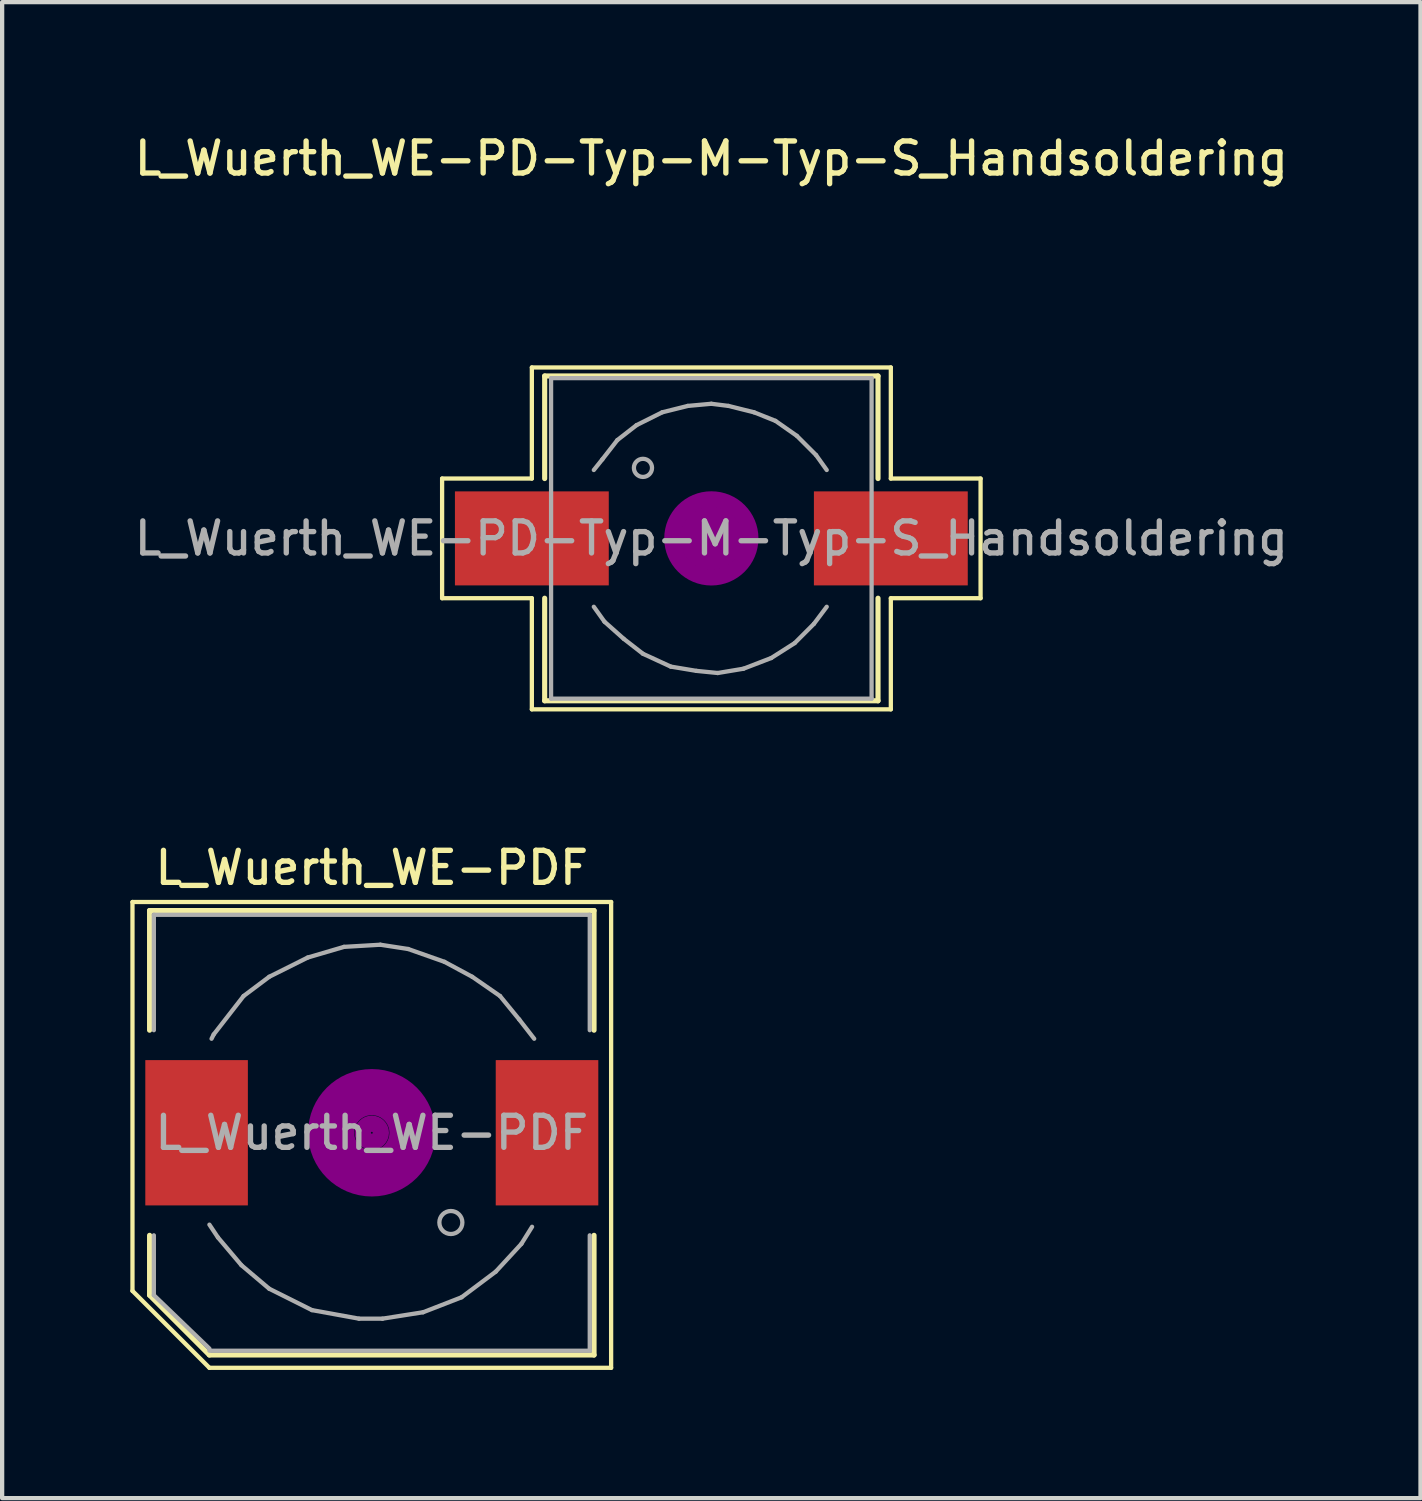
<source format=kicad_pcb>
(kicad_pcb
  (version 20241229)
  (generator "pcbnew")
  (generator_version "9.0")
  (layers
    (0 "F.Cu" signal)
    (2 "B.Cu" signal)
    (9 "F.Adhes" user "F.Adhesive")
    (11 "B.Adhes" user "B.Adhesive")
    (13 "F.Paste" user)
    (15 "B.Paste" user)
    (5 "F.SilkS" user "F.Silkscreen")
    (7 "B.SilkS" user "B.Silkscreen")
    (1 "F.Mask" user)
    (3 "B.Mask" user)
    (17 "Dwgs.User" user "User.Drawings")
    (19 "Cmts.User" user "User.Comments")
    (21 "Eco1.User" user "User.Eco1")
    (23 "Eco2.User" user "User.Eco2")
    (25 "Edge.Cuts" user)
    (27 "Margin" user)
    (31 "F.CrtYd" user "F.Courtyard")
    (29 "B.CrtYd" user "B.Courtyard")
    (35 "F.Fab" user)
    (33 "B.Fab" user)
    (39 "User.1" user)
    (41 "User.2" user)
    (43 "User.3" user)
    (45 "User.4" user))
  (footprint "L_Wuerth_WE-PDF"
    (layer "F.Cu")
    (at 5.65 23.456)
    (property "Reference" "L_Wuerth_WE-PDF" (at 0 -6.2 0) (layer "F.SilkS") (effects (font (size 0.75 0.75) (thickness 0.125))))
    (attr smd)
    (fp_line (start -5.6 -5.4) (end 5.6 -5.4) (stroke (width 0.1) (type solid)) (layer "F.SilkS"))
    (fp_line (start -5.6 3.7) (end -5.6 -5.4) (stroke (width 0.1) (type solid)) (layer "F.SilkS"))
    (fp_line (start -5.2 -5.2) (end 5.2 -5.2) (stroke (width 0.12) (type solid)) (layer "F.SilkS"))
    (fp_line (start -5.2 -2.4) (end -5.2 -5.2) (stroke (width 0.12) (type solid)) (layer "F.SilkS"))
    (fp_line (start -5.2 3.8) (end -5.2 2.4) (stroke (width 0.12) (type solid)) (layer "F.SilkS"))
    (fp_line (start -3.8 5.2) (end -5.2 3.8) (stroke (width 0.12) (type solid)) (layer "F.SilkS"))
    (fp_line (start -3.8 5.5) (end -5.6 3.7) (stroke (width 0.1) (type solid)) (layer "F.SilkS"))
    (fp_line (start 5.2 -5.2) (end 5.2 -2.4) (stroke (width 0.12) (type solid)) (layer "F.SilkS"))
    (fp_line (start 5.2 2.4) (end 5.2 5.2) (stroke (width 0.12) (type solid)) (layer "F.SilkS"))
    (fp_line (start 5.2 5.2) (end -3.8 5.2) (stroke (width 0.12) (type solid)) (layer "F.SilkS"))
    (fp_line (start 5.6 -5.4) (end 5.6 5.5) (stroke (width 0.1) (type solid)) (layer "F.SilkS"))
    (fp_line (start 5.6 5.5) (end -3.8 5.5) (stroke (width 0.1) (type solid)) (layer "F.SilkS"))
    (fp_circle (center 0 0) (end 0.15 0.15) (stroke (width 0.38) (type solid)) (fill no) (layer "F.Adhes"))
    (fp_circle (center 0 0) (end 0.6 0.05) (stroke (width 0.38) (type solid)) (fill no) (layer "F.Adhes"))
    (fp_circle (center 0 0) (end 0.95 0) (stroke (width 0.38) (type solid)) (fill no) (layer "F.Adhes"))
    (fp_circle (center 0 0) (end 1.3 0.05) (stroke (width 0.38) (type solid)) (fill no) (layer "F.Adhes"))
    (fp_line (start -5.1 -5.1) (end -5.1 -2.4) (stroke (width 0.1) (type solid)) (layer "F.Fab"))
    (fp_line (start -5.1 2.4) (end -5.1 3.8) (stroke (width 0.1) (type solid)) (layer "F.Fab"))
    (fp_line (start -5.1 3.8) (end -3.8 5.05) (stroke (width 0.1) (type solid)) (layer "F.Fab"))
    (fp_line (start -3.8 2.15) (end -3.6 2.45) (stroke (width 0.1) (type solid)) (layer "F.Fab"))
    (fp_line (start -3.7 -2.3) (end -3.75 -2.2) (stroke (width 0.1) (type solid)) (layer "F.Fab"))
    (fp_line (start -3.6 2.45) (end -3.05 3.1) (stroke (width 0.1) (type solid)) (layer "F.Fab"))
    (fp_line (start -3.05 3.1) (end -2.4 3.65) (stroke (width 0.1) (type solid)) (layer "F.Fab"))
    (fp_line (start -3 -3.2) (end -3.7 -2.3) (stroke (width 0.1) (type solid)) (layer "F.Fab"))
    (fp_line (start -2.4 -3.65) (end -3 -3.2) (stroke (width 0.1) (type solid)) (layer "F.Fab"))
    (fp_line (start -2.4 3.65) (end -1.4 4.15) (stroke (width 0.1) (type solid)) (layer "F.Fab"))
    (fp_line (start -1.5 -4.1) (end -2.4 -3.65) (stroke (width 0.1) (type solid)) (layer "F.Fab"))
    (fp_line (start -1.4 4.15) (end -0.3 4.35) (stroke (width 0.1) (type solid)) (layer "F.Fab"))
    (fp_line (start -0.65 -4.35) (end -1.5 -4.1) (stroke (width 0.1) (type solid)) (layer "F.Fab"))
    (fp_line (start -0.3 4.35) (end 0.25 4.35) (stroke (width 0.1) (type solid)) (layer "F.Fab"))
    (fp_line (start 0.2 -4.4) (end -0.65 -4.35) (stroke (width 0.1) (type solid)) (layer "F.Fab"))
    (fp_line (start 0.25 4.35) (end 1.2 4.2) (stroke (width 0.1) (type solid)) (layer "F.Fab"))
    (fp_line (start 0.85 -4.3) (end 0.2 -4.4) (stroke (width 0.1) (type solid)) (layer "F.Fab"))
    (fp_line (start 1.2 4.2) (end 2.1 3.85) (stroke (width 0.1) (type solid)) (layer "F.Fab"))
    (fp_line (start 1.7 -4) (end 0.85 -4.3) (stroke (width 0.1) (type solid)) (layer "F.Fab"))
    (fp_line (start 2.1 3.85) (end 2.9 3.25) (stroke (width 0.1) (type solid)) (layer "F.Fab"))
    (fp_line (start 2.35 -3.65) (end 1.7 -4) (stroke (width 0.1) (type solid)) (layer "F.Fab"))
    (fp_line (start 2.9 3.25) (end 3.5 2.6) (stroke (width 0.1) (type solid)) (layer "F.Fab"))
    (fp_line (start 3 -3.2) (end 2.35 -3.65) (stroke (width 0.1) (type solid)) (layer "F.Fab"))
    (fp_line (start 3.45 -2.65) (end 3 -3.2) (stroke (width 0.1) (type solid)) (layer "F.Fab"))
    (fp_line (start 3.5 2.6) (end 3.75 2.2) (stroke (width 0.1) (type solid)) (layer "F.Fab"))
    (fp_line (start 3.8 -2.2) (end 3.45 -2.65) (stroke (width 0.1) (type solid)) (layer "F.Fab"))
    (fp_line (start 5.1 -5.1) (end -5.1 -5.1) (stroke (width 0.1) (type solid)) (layer "F.Fab"))
    (fp_line (start 5.1 -5.1) (end 5.1 -2.4) (stroke (width 0.1) (type solid)) (layer "F.Fab"))
    (fp_line (start 5.1 5.1) (end -3.8 5.1) (stroke (width 0.1) (type solid)) (layer "F.Fab"))
    (fp_line (start 5.1 5.1) (end 5.1 2.4) (stroke (width 0.1) (type solid)) (layer "F.Fab"))
    (fp_circle (center 1.85 2.1) (end 2.1 2.2) (stroke (width 0.1) (type solid)) (fill no) (layer "F.Fab"))
    (fp_text user "${REFERENCE}" (at 0 0 0) (layer "F.Fab") (effects (font (size 0.75 0.75) (thickness 0.125))))
    (pad "1" smd rect (at -4.1 0) (size 2.4 3.4) (layers "F.Cu" "F.Mask" "F.Paste"))
    (pad "2" smd rect (at 4.1 0) (size 2.4 3.4) (layers "F.Cu" "F.Mask" "F.Paste")))
  (footprint "L_Wuerth_WE-PD-Typ-M-Typ-S_Handsoldering"
    (layer "F.Cu")
    (at 13.595 9.548)
    (property "Reference" "L_Wuerth_WE-PD-Typ-M-Typ-S_Handsoldering" (at 0 -8.89 0) (layer "F.SilkS") (effects (font (size 0.75 0.75) (thickness 0.125))))
    (attr smd)
    (fp_line (start -6.3 -1.4) (end -6.3 1.4) (stroke (width 0.1) (type solid)) (layer "F.SilkS"))
    (fp_line (start -6.3 1.4) (end -4.2 1.4) (stroke (width 0.1) (type solid)) (layer "F.SilkS"))
    (fp_line (start -4.2 -4) (end -4.2 -1.4) (stroke (width 0.1) (type solid)) (layer "F.SilkS"))
    (fp_line (start -4.2 -1.4) (end -6.3 -1.4) (stroke (width 0.1) (type solid)) (layer "F.SilkS"))
    (fp_line (start -4.2 1.4) (end -4.2 4) (stroke (width 0.1) (type solid)) (layer "F.SilkS"))
    (fp_line (start -4.2 4) (end 4.2 4) (stroke (width 0.1) (type solid)) (layer "F.SilkS"))
    (fp_line (start -3.9 -1.4) (end -3.9 -3.8) (stroke (width 0.12) (type solid)) (layer "F.SilkS"))
    (fp_line (start -3.9 1.4) (end -3.9 3.8) (stroke (width 0.12) (type solid)) (layer "F.SilkS"))
    (fp_line (start -3.9 3.8) (end 3.9 3.8) (stroke (width 0.12) (type solid)) (layer "F.SilkS"))
    (fp_line (start 3.9 -3.8) (end -3.9 -3.8) (stroke (width 0.12) (type solid)) (layer "F.SilkS"))
    (fp_line (start 3.9 -1.4) (end 3.9 -3.8) (stroke (width 0.12) (type solid)) (layer "F.SilkS"))
    (fp_line (start 3.9 3.8) (end 3.9 1.4) (stroke (width 0.12) (type solid)) (layer "F.SilkS"))
    (fp_line (start 4.2 -4) (end -4.2 -4) (stroke (width 0.1) (type solid)) (layer "F.SilkS"))
    (fp_line (start 4.2 -1.4) (end 4.2 -4) (stroke (width 0.1) (type solid)) (layer "F.SilkS"))
    (fp_line (start 4.2 1.4) (end 6.3 1.4) (stroke (width 0.1) (type solid)) (layer "F.SilkS"))
    (fp_line (start 4.2 4) (end 4.2 1.4) (stroke (width 0.1) (type solid)) (layer "F.SilkS"))
    (fp_line (start 6.3 -1.4) (end 4.2 -1.4) (stroke (width 0.1) (type solid)) (layer "F.SilkS"))
    (fp_line (start 6.3 1.4) (end 6.3 -1.4) (stroke (width 0.1) (type solid)) (layer "F.SilkS"))
    (fp_circle (center 0 0) (end 0.15 0.15) (stroke (width 0.38) (type solid)) (fill no) (layer "F.Adhes"))
    (fp_circle (center 0 0) (end 0.55 0.05) (stroke (width 0.38) (type solid)) (fill no) (layer "F.Adhes"))
    (fp_circle (center 0 0) (end 0.9 0.15) (stroke (width 0.38) (type solid)) (fill no) (layer "F.Adhes"))
    (fp_line (start -3.75 -3.75) (end -3.75 3.75) (stroke (width 0.1) (type solid)) (layer "F.Fab"))
    (fp_line (start -3.75 3.75) (end 3.75 3.75) (stroke (width 0.1) (type solid)) (layer "F.Fab"))
    (fp_line (start -2.75 1.6) (end -2.5 1.95) (stroke (width 0.1) (type solid)) (layer "F.Fab"))
    (fp_line (start -2.55 -1.85) (end -2.75 -1.6) (stroke (width 0.1) (type solid)) (layer "F.Fab"))
    (fp_line (start -2.5 1.95) (end -2.05 2.35) (stroke (width 0.1) (type solid)) (layer "F.Fab"))
    (fp_line (start -2.2 -2.3) (end -2.55 -1.85) (stroke (width 0.1) (type solid)) (layer "F.Fab"))
    (fp_line (start -2.05 2.35) (end -1.6 2.7) (stroke (width 0.1) (type solid)) (layer "F.Fab"))
    (fp_line (start -1.75 -2.65) (end -2.2 -2.3) (stroke (width 0.1) (type solid)) (layer "F.Fab"))
    (fp_line (start -1.6 2.7) (end -0.95 3) (stroke (width 0.1) (type solid)) (layer "F.Fab"))
    (fp_line (start -1.15 -2.95) (end -1.75 -2.65) (stroke (width 0.1) (type solid)) (layer "F.Fab"))
    (fp_line (start -0.95 3) (end -0.35 3.1) (stroke (width 0.1) (type solid)) (layer "F.Fab"))
    (fp_line (start -0.55 -3.1) (end -1.15 -2.95) (stroke (width 0.1) (type solid)) (layer "F.Fab"))
    (fp_line (start -0.35 3.1) (end 0.15 3.15) (stroke (width 0.1) (type solid)) (layer "F.Fab"))
    (fp_line (start 0 -3.15) (end -0.55 -3.1) (stroke (width 0.1) (type solid)) (layer "F.Fab"))
    (fp_line (start 0.15 3.15) (end 0.75 3.05) (stroke (width 0.1) (type solid)) (layer "F.Fab"))
    (fp_line (start 0.4 -3.1) (end 0 -3.15) (stroke (width 0.1) (type solid)) (layer "F.Fab"))
    (fp_line (start 0.75 3.05) (end 1.4 2.8) (stroke (width 0.1) (type solid)) (layer "F.Fab"))
    (fp_line (start 1 -2.95) (end 0.4 -3.1) (stroke (width 0.1) (type solid)) (layer "F.Fab"))
    (fp_line (start 1.4 2.8) (end 1.95 2.45) (stroke (width 0.1) (type solid)) (layer "F.Fab"))
    (fp_line (start 1.5 -2.75) (end 1 -2.95) (stroke (width 0.1) (type solid)) (layer "F.Fab"))
    (fp_line (start 1.95 2.45) (end 2.4 2) (stroke (width 0.1) (type solid)) (layer "F.Fab"))
    (fp_line (start 2 -2.4) (end 1.5 -2.75) (stroke (width 0.1) (type solid)) (layer "F.Fab"))
    (fp_line (start 2.4 2) (end 2.7 1.6) (stroke (width 0.1) (type solid)) (layer "F.Fab"))
    (fp_line (start 2.45 -1.95) (end 2 -2.4) (stroke (width 0.1) (type solid)) (layer "F.Fab"))
    (fp_line (start 2.7 -1.6) (end 2.45 -1.95) (stroke (width 0.1) (type solid)) (layer "F.Fab"))
    (fp_line (start 3.75 -3.75) (end -3.75 -3.75) (stroke (width 0.1) (type solid)) (layer "F.Fab"))
    (fp_line (start 3.75 3.75) (end 3.75 -3.75) (stroke (width 0.1) (type solid)) (layer "F.Fab"))
    (fp_circle (center -1.6 -1.65) (end -1.45 -1.5) (stroke (width 0.1) (type solid)) (fill no) (layer "F.Fab"))
    (fp_text user "${REFERENCE}" (at 0 0 0) (layer "F.Fab") (effects (font (size 0.75 0.75) (thickness 0.125))))
    (pad "1" smd rect (at -4.2 0) (size 3.6 2.2) (layers "F.Cu" "F.Mask" "F.Paste"))
    (pad "2" smd rect (at 4.2 0) (size 3.6 2.2) (layers "F.Cu" "F.Mask" "F.Paste")))
  (gr_rect
    (start -3 -3)
    (end 30.189 32.006)
    (stroke (width 0.1) (type default))
    (fill no)
    (layer "Edge.Cuts")))
</source>
